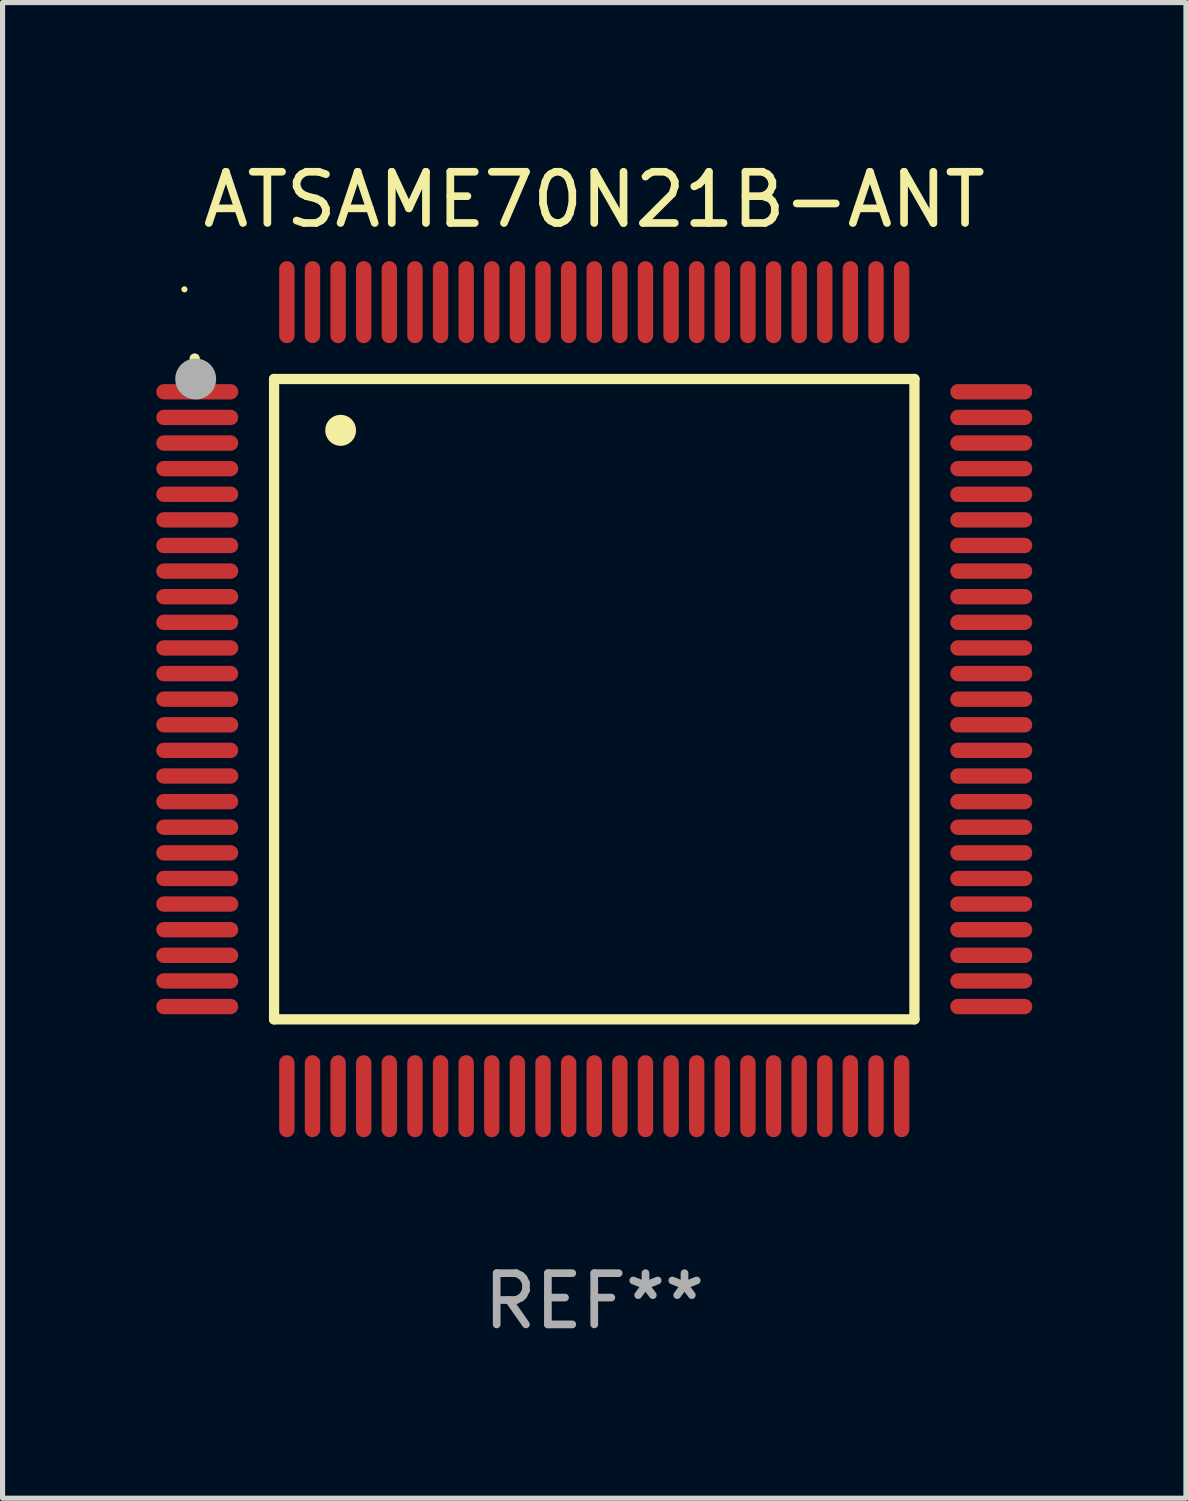
<source format=kicad_pcb>
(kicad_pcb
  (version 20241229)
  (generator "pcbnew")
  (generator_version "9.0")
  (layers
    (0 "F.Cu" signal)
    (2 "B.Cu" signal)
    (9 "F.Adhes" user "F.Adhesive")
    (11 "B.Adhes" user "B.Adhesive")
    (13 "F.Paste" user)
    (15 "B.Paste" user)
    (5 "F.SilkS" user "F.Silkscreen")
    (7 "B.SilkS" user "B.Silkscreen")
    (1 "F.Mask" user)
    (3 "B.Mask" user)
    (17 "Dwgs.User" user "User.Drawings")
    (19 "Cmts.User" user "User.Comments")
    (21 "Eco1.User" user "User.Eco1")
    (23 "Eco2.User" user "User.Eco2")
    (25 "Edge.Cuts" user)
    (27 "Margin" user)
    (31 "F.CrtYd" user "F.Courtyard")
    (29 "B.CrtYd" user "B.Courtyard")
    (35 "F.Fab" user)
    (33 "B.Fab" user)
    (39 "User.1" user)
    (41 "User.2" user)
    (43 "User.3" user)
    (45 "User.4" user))
  (footprint "ATSAME70N21B-ANT"
    (layer "F.Cu")
    (at 8.55 10.598)
    (property "Reference" "ATSAME70N21B-ANT" (at 0 -9.75 0) (layer "F.SilkS") (effects (font (size 1 1) (thickness 0.15))))
    (attr through_hole)
    (fp_line (start -6.25 -6.25) (end -6.25 6.25) (stroke (width 0.2) (type solid)) (layer "F.SilkS"))
    (fp_line (start -6.25 6.25) (end 6.25 6.25) (stroke (width 0.2) (type solid)) (layer "F.SilkS"))
    (fp_line (start 6.25 -6.25) (end -6.25 -6.25) (stroke (width 0.2) (type solid)) (layer "F.SilkS"))
    (fp_line (start 6.25 6.25) (end 6.25 -6.25) (stroke (width 0.2) (type solid)) (layer "F.SilkS"))
    (fp_arc (start -7.799568 -6.647625) (mid -7.799571 -6.648463) (end -7.799568 -6.649301) (stroke (width 0.2) (type solid)) (layer "F.SilkS"))
    (fp_arc (start -4.95047 -5.245111) (mid -4.950481 -5.247651) (end -4.95047 -5.250191) (stroke (width 0.6) (type solid)) (layer "F.SilkS"))
    (fp_circle (center -8 -8) (end -7.97 -8) (stroke (width 0.06) (type solid)) (fill no) (layer "F.SilkS"))
    (fp_circle (center -7.78 -6.25) (end -7.58 -6.25) (stroke (width 0.4) (type solid)) (fill no) (layer "F.Fab"))
    (fp_text user "REF**" (at 0 11.75 0) (layer "F.Fab") (effects (font (size 1 1) (thickness 0.15))))
    (pad "1" smd oval (at -7.75 -6 90) (size 0.3 1.6) (layers "F.Cu" "F.Mask" "F.Paste"))
    (pad "2" smd oval (at -7.75 -5.5 90) (size 0.3 1.6) (layers "F.Cu" "F.Mask" "F.Paste"))
    (pad "3" smd oval (at -7.75 -5 90) (size 0.3 1.6) (layers "F.Cu" "F.Mask" "F.Paste"))
    (pad "4" smd oval (at -7.75 -4.5 90) (size 0.3 1.6) (layers "F.Cu" "F.Mask" "F.Paste"))
    (pad "5" smd oval (at -7.75 -4 90) (size 0.3 1.6) (layers "F.Cu" "F.Mask" "F.Paste"))
    (pad "6" smd oval (at -7.75 -3.5 90) (size 0.3 1.6) (layers "F.Cu" "F.Mask" "F.Paste"))
    (pad "7" smd oval (at -7.75 -3 90) (size 0.3 1.6) (layers "F.Cu" "F.Mask" "F.Paste"))
    (pad "8" smd oval (at -7.75 -2.5 90) (size 0.3 1.6) (layers "F.Cu" "F.Mask" "F.Paste"))
    (pad "9" smd oval (at -7.75 -2 90) (size 0.3 1.6) (layers "F.Cu" "F.Mask" "F.Paste"))
    (pad "10" smd oval (at -7.75 -1.5 90) (size 0.3 1.6) (layers "F.Cu" "F.Mask" "F.Paste"))
    (pad "11" smd oval (at -7.75 -1 90) (size 0.3 1.6) (layers "F.Cu" "F.Mask" "F.Paste"))
    (pad "12" smd oval (at -7.75 -0.5 90) (size 0.3 1.6) (layers "F.Cu" "F.Mask" "F.Paste"))
    (pad "13" smd oval (at -7.75 0 90) (size 0.3 1.6) (layers "F.Cu" "F.Mask" "F.Paste"))
    (pad "14" smd oval (at -7.75 0.5 90) (size 0.3 1.6) (layers "F.Cu" "F.Mask" "F.Paste"))
    (pad "15" smd oval (at -7.75 1 90) (size 0.3 1.6) (layers "F.Cu" "F.Mask" "F.Paste"))
    (pad "16" smd oval (at -7.75 1.5 90) (size 0.3 1.6) (layers "F.Cu" "F.Mask" "F.Paste"))
    (pad "17" smd oval (at -7.75 2 90) (size 0.3 1.6) (layers "F.Cu" "F.Mask" "F.Paste"))
    (pad "18" smd oval (at -7.75 2.5 90) (size 0.3 1.6) (layers "F.Cu" "F.Mask" "F.Paste"))
    (pad "19" smd oval (at -7.75 3 90) (size 0.3 1.6) (layers "F.Cu" "F.Mask" "F.Paste"))
    (pad "20" smd oval (at -7.75 3.5 90) (size 0.3 1.6) (layers "F.Cu" "F.Mask" "F.Paste"))
    (pad "21" smd oval (at -7.75 4 90) (size 0.3 1.6) (layers "F.Cu" "F.Mask" "F.Paste"))
    (pad "22" smd oval (at -7.75 4.5 90) (size 0.3 1.6) (layers "F.Cu" "F.Mask" "F.Paste"))
    (pad "23" smd oval (at -7.75 5 90) (size 0.3 1.6) (layers "F.Cu" "F.Mask" "F.Paste"))
    (pad "24" smd oval (at -7.75 5.5 90) (size 0.3 1.6) (layers "F.Cu" "F.Mask" "F.Paste"))
    (pad "25" smd oval (at -7.75 6 90) (size 0.3 1.6) (layers "F.Cu" "F.Mask" "F.Paste"))
    (pad "26" smd oval (at -6 7.75) (size 0.3 1.6) (layers "F.Cu" "F.Mask" "F.Paste"))
    (pad "27" smd oval (at -5.5 7.75) (size 0.3 1.6) (layers "F.Cu" "F.Mask" "F.Paste"))
    (pad "28" smd oval (at -5 7.75) (size 0.3 1.6) (layers "F.Cu" "F.Mask" "F.Paste"))
    (pad "29" smd oval (at -4.5 7.75) (size 0.3 1.6) (layers "F.Cu" "F.Mask" "F.Paste"))
    (pad "30" smd oval (at -4 7.75) (size 0.3 1.6) (layers "F.Cu" "F.Mask" "F.Paste"))
    (pad "31" smd oval (at -3.5 7.75) (size 0.3 1.6) (layers "F.Cu" "F.Mask" "F.Paste"))
    (pad "32" smd oval (at -3 7.75) (size 0.3 1.6) (layers "F.Cu" "F.Mask" "F.Paste"))
    (pad "33" smd oval (at -2.5 7.75) (size 0.3 1.6) (layers "F.Cu" "F.Mask" "F.Paste"))
    (pad "34" smd oval (at -2 7.75) (size 0.3 1.6) (layers "F.Cu" "F.Mask" "F.Paste"))
    (pad "35" smd oval (at -1.5 7.75) (size 0.3 1.6) (layers "F.Cu" "F.Mask" "F.Paste"))
    (pad "36" smd oval (at -1 7.75) (size 0.3 1.6) (layers "F.Cu" "F.Mask" "F.Paste"))
    (pad "37" smd oval (at -0.5 7.75) (size 0.3 1.6) (layers "F.Cu" "F.Mask" "F.Paste"))
    (pad "38" smd oval (at 0 7.75) (size 0.3 1.6) (layers "F.Cu" "F.Mask" "F.Paste"))
    (pad "39" smd oval (at 0.5 7.75) (size 0.3 1.6) (layers "F.Cu" "F.Mask" "F.Paste"))
    (pad "40" smd oval (at 1 7.75) (size 0.3 1.6) (layers "F.Cu" "F.Mask" "F.Paste"))
    (pad "41" smd oval (at 1.5 7.75) (size 0.3 1.6) (layers "F.Cu" "F.Mask" "F.Paste"))
    (pad "42" smd oval (at 2 7.75) (size 0.3 1.6) (layers "F.Cu" "F.Mask" "F.Paste"))
    (pad "43" smd oval (at 2.5 7.75) (size 0.3 1.6) (layers "F.Cu" "F.Mask" "F.Paste"))
    (pad "44" smd oval (at 3 7.75) (size 0.3 1.6) (layers "F.Cu" "F.Mask" "F.Paste"))
    (pad "45" smd oval (at 3.5 7.75) (size 0.3 1.6) (layers "F.Cu" "F.Mask" "F.Paste"))
    (pad "46" smd oval (at 4 7.75) (size 0.3 1.6) (layers "F.Cu" "F.Mask" "F.Paste"))
    (pad "47" smd oval (at 4.5 7.75) (size 0.3 1.6) (layers "F.Cu" "F.Mask" "F.Paste"))
    (pad "48" smd oval (at 5 7.75) (size 0.3 1.6) (layers "F.Cu" "F.Mask" "F.Paste"))
    (pad "49" smd oval (at 5.5 7.75) (size 0.3 1.6) (layers "F.Cu" "F.Mask" "F.Paste"))
    (pad "50" smd oval (at 6 7.75) (size 0.3 1.6) (layers "F.Cu" "F.Mask" "F.Paste"))
    (pad "51" smd oval (at 7.75 6 90) (size 0.3 1.6) (layers "F.Cu" "F.Mask" "F.Paste"))
    (pad "52" smd oval (at 7.75 5.5 90) (size 0.3 1.6) (layers "F.Cu" "F.Mask" "F.Paste"))
    (pad "53" smd oval (at 7.75 5 90) (size 0.3 1.6) (layers "F.Cu" "F.Mask" "F.Paste"))
    (pad "54" smd oval (at 7.75 4.5 90) (size 0.3 1.6) (layers "F.Cu" "F.Mask" "F.Paste"))
    (pad "55" smd oval (at 7.75 4 90) (size 0.3 1.6) (layers "F.Cu" "F.Mask" "F.Paste"))
    (pad "56" smd oval (at 7.75 3.5 90) (size 0.3 1.6) (layers "F.Cu" "F.Mask" "F.Paste"))
    (pad "57" smd oval (at 7.75 3 90) (size 0.3 1.6) (layers "F.Cu" "F.Mask" "F.Paste"))
    (pad "58" smd oval (at 7.75 2.5 90) (size 0.3 1.6) (layers "F.Cu" "F.Mask" "F.Paste"))
    (pad "59" smd oval (at 7.75 2 90) (size 0.3 1.6) (layers "F.Cu" "F.Mask" "F.Paste"))
    (pad "60" smd oval (at 7.75 1.5 90) (size 0.3 1.6) (layers "F.Cu" "F.Mask" "F.Paste"))
    (pad "61" smd oval (at 7.75 1 90) (size 0.3 1.6) (layers "F.Cu" "F.Mask" "F.Paste"))
    (pad "62" smd oval (at 7.75 0.5 90) (size 0.3 1.6) (layers "F.Cu" "F.Mask" "F.Paste"))
    (pad "63" smd oval (at 7.75 0 90) (size 0.3 1.6) (layers "F.Cu" "F.Mask" "F.Paste"))
    (pad "64" smd oval (at 7.75 -0.5 90) (size 0.3 1.6) (layers "F.Cu" "F.Mask" "F.Paste"))
    (pad "65" smd oval (at 7.75 -1 90) (size 0.3 1.6) (layers "F.Cu" "F.Mask" "F.Paste"))
    (pad "66" smd oval (at 7.75 -1.5 90) (size 0.3 1.6) (layers "F.Cu" "F.Mask" "F.Paste"))
    (pad "67" smd oval (at 7.75 -2 90) (size 0.3 1.6) (layers "F.Cu" "F.Mask" "F.Paste"))
    (pad "68" smd oval (at 7.75 -2.5 90) (size 0.3 1.6) (layers "F.Cu" "F.Mask" "F.Paste"))
    (pad "69" smd oval (at 7.75 -3 90) (size 0.3 1.6) (layers "F.Cu" "F.Mask" "F.Paste"))
    (pad "70" smd oval (at 7.75 -3.5 90) (size 0.3 1.6) (layers "F.Cu" "F.Mask" "F.Paste"))
    (pad "71" smd oval (at 7.75 -4 90) (size 0.3 1.6) (layers "F.Cu" "F.Mask" "F.Paste"))
    (pad "72" smd oval (at 7.75 -4.5 90) (size 0.3 1.6) (layers "F.Cu" "F.Mask" "F.Paste"))
    (pad "73" smd oval (at 7.75 -5 90) (size 0.3 1.6) (layers "F.Cu" "F.Mask" "F.Paste"))
    (pad "74" smd oval (at 7.75 -5.5 90) (size 0.3 1.6) (layers "F.Cu" "F.Mask" "F.Paste"))
    (pad "75" smd oval (at 7.75 -6 90) (size 0.3 1.6) (layers "F.Cu" "F.Mask" "F.Paste"))
    (pad "76" smd oval (at 6 -7.75) (size 0.3 1.6) (layers "F.Cu" "F.Mask" "F.Paste"))
    (pad "77" smd oval (at 5.5 -7.75) (size 0.3 1.6) (layers "F.Cu" "F.Mask" "F.Paste"))
    (pad "78" smd oval (at 5 -7.75) (size 0.3 1.6) (layers "F.Cu" "F.Mask" "F.Paste"))
    (pad "79" smd oval (at 4.5 -7.75) (size 0.3 1.6) (layers "F.Cu" "F.Mask" "F.Paste"))
    (pad "80" smd oval (at 4 -7.75) (size 0.3 1.6) (layers "F.Cu" "F.Mask" "F.Paste"))
    (pad "81" smd oval (at 3.5 -7.75) (size 0.3 1.6) (layers "F.Cu" "F.Mask" "F.Paste"))
    (pad "82" smd oval (at 3 -7.75) (size 0.3 1.6) (layers "F.Cu" "F.Mask" "F.Paste"))
    (pad "83" smd oval (at 2.5 -7.75) (size 0.3 1.6) (layers "F.Cu" "F.Mask" "F.Paste"))
    (pad "84" smd oval (at 2 -7.75) (size 0.3 1.6) (layers "F.Cu" "F.Mask" "F.Paste"))
    (pad "85" smd oval (at 1.5 -7.75) (size 0.3 1.6) (layers "F.Cu" "F.Mask" "F.Paste"))
    (pad "86" smd oval (at 1 -7.75) (size 0.3 1.6) (layers "F.Cu" "F.Mask" "F.Paste"))
    (pad "87" smd oval (at 0.5 -7.75) (size 0.3 1.6) (layers "F.Cu" "F.Mask" "F.Paste"))
    (pad "88" smd oval (at 0 -7.75) (size 0.3 1.6) (layers "F.Cu" "F.Mask" "F.Paste"))
    (pad "89" smd oval (at -0.5 -7.75) (size 0.3 1.6) (layers "F.Cu" "F.Mask" "F.Paste"))
    (pad "90" smd oval (at -1 -7.75) (size 0.3 1.6) (layers "F.Cu" "F.Mask" "F.Paste"))
    (pad "91" smd oval (at -1.5 -7.75) (size 0.3 1.6) (layers "F.Cu" "F.Mask" "F.Paste"))
    (pad "92" smd oval (at -2 -7.75) (size 0.3 1.6) (layers "F.Cu" "F.Mask" "F.Paste"))
    (pad "93" smd oval (at -2.5 -7.75) (size 0.3 1.6) (layers "F.Cu" "F.Mask" "F.Paste"))
    (pad "94" smd oval (at -3 -7.75) (size 0.3 1.6) (layers "F.Cu" "F.Mask" "F.Paste"))
    (pad "95" smd oval (at -3.5 -7.75) (size 0.3 1.6) (layers "F.Cu" "F.Mask" "F.Paste"))
    (pad "96" smd oval (at -4 -7.75) (size 0.3 1.6) (layers "F.Cu" "F.Mask" "F.Paste"))
    (pad "97" smd oval (at -4.5 -7.75) (size 0.3 1.6) (layers "F.Cu" "F.Mask" "F.Paste"))
    (pad "98" smd oval (at -5 -7.75) (size 0.3 1.6) (layers "F.Cu" "F.Mask" "F.Paste"))
    (pad "99" smd oval (at -5.5 -7.75) (size 0.3 1.6) (layers "F.Cu" "F.Mask" "F.Paste"))
    (pad "100" smd oval (at -6 -7.75) (size 0.3 1.6) (layers "F.Cu" "F.Mask" "F.Paste")))
  (gr_rect
    (start -3 -3)
    (end 20.1 26.196)
    (stroke (width 0.1) (type default))
    (fill no)
    (layer "Edge.Cuts")))
</source>
